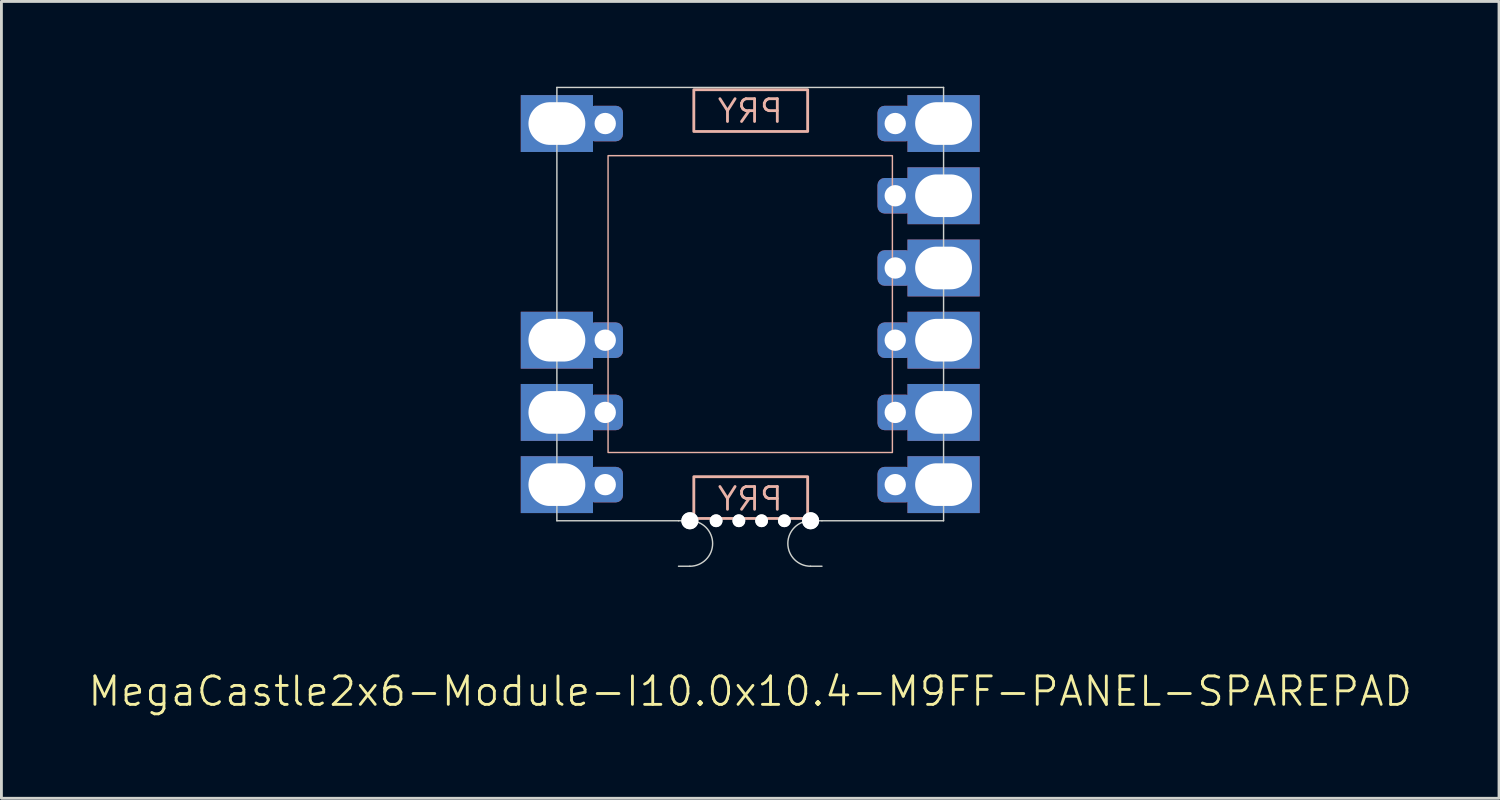
<source format=kicad_pcb>
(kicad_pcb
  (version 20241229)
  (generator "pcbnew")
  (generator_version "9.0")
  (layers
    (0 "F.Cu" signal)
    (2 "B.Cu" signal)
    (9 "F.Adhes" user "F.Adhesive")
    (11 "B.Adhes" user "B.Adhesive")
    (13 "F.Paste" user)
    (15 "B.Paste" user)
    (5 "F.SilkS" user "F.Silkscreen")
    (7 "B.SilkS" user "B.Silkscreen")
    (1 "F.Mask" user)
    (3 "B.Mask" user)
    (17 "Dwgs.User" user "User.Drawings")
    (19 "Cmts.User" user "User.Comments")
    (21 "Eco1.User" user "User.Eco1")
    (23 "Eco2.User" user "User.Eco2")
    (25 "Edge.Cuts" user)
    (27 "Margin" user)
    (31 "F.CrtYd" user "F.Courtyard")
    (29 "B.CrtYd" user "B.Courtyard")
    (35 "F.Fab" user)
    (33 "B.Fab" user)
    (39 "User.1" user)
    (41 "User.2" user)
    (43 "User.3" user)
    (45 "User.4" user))
  (footprint "MegaCastle2x6-Module-I10.0x10.4-M9FF-PANEL-SPAREPAD"
    (layer "F.Cu")
    (at 23.336 7.645)
    (property "Reference" "MegaCastle2x6-Module-I10.0x10.4-M9FF-PANEL-SPAREPAD" (at 0 13.62 0) (unlocked yes) (layer "F.SilkS") (effects (font (size 1 1) (thickness 0.1))))
    (attr smd)
    (fp_rect (start -5 5.22) (end 5 -5.22) (stroke (width 0.05) (type default)) (fill no) (layer "B.SilkS"))
    (fp_rect (start -1.984 -6.071) (end 2.02 -7.54) (stroke (width 0.1) (type default)) (fill no) (layer "B.SilkS"))
    (fp_rect (start -1.984 6.071) (end 2.02 7.54) (stroke (width 0.1) (type default)) (fill no) (layer "B.SilkS"))
    (fp_line (start -6.8 -7.62) (end -6.8 7.62) (stroke (width 0.05) (type default)) (layer "Edge.Cuts"))
    (fp_line (start -6.8 -7.62) (end 6.8 -7.62) (stroke (width 0.05) (type default)) (layer "Edge.Cuts"))
    (fp_line (start -6.8 7.62) (end -2.522 7.62) (stroke (width 0.05) (type default)) (layer "Edge.Cuts"))
    (fp_line (start -2.522 7.62) (end -2.123 7.62) (stroke (width 0.05) (type default)) (layer "Edge.Cuts"))
    (fp_line (start -2.522 9.22) (end -2.123 9.22) (stroke (width 0.05) (type default)) (layer "Edge.Cuts"))
    (fp_line (start 2.522 7.62) (end 2.123 7.62) (stroke (width 0.05) (type default)) (layer "Edge.Cuts"))
    (fp_line (start 2.522 7.62) (end 6.8 7.62) (stroke (width 0.05) (type default)) (layer "Edge.Cuts"))
    (fp_line (start 2.522 9.22) (end 2.123 9.22) (stroke (width 0.05) (type default)) (layer "Edge.Cuts"))
    (fp_line (start 6.8 -7.62) (end 6.8 7.62) (stroke (width 0.05) (type default)) (layer "Edge.Cuts"))
    (fp_arc (start -2.1225 7.62) (mid -1.3225 8.42) (end -2.1225 9.22) (stroke (width 0.05) (type default)) (layer "Edge.Cuts"))
    (fp_arc (start 2.1225 9.22) (mid 1.3225 8.42) (end 2.1225 7.62) (stroke (width 0.05) (type default)) (layer "Edge.Cuts"))
    (fp_text user "PRY" (at 0 -6.32 0) (unlocked yes) (layer "B.SilkS") (effects (font (size 0.8 0.8) (thickness 0.1)) (justify bottom mirror)))
    (fp_text user "PRY" (at 0 7.32 0) (unlocked yes) (layer "B.SilkS") (effects (font (size 0.8 0.8) (thickness 0.1)) (justify bottom mirror)))
    (pad "" np_thru_hole circle (at -2.123 7.62) (size 0.6 0.6) (drill 0.6) (layers "*.Cu" "Edge.Cuts"))
    (pad "" np_thru_hole circle (at -1.2 7.62) (size 0.45 0.45) (drill 0.45) (layers "*.Cu" "Edge.Cuts"))
    (pad "" np_thru_hole circle (at -0.4 7.62) (size 0.45 0.45) (drill 0.45) (layers "*.Cu" "Edge.Cuts"))
    (pad "" np_thru_hole circle (at 0.4 7.62) (size 0.45 0.45) (drill 0.45) (layers "*.Cu" "Edge.Cuts"))
    (pad "" np_thru_hole circle (at 1.2 7.62) (size 0.45 0.45) (drill 0.45) (layers "*.Cu" "Edge.Cuts"))
    (pad "" np_thru_hole circle (at 2.123 7.62) (size 0.6 0.6) (drill 0.6) (layers "*.Cu" "Edge.Cuts"))
    (pad "1" thru_hole rect (at -6.8 -6.35) (size 2.54 2) (drill oval 2 1.5) (property pad_prop_castellated) (layers "*.Cu" "*.Mask"))
    (pad "1" thru_hole roundrect (at -5.1 -6.35 180) (size 1.25 1.25) (drill 0.75) (layers "*.Cu" "*.Mask") (roundrect_rratio 0.2))
    (pad "4" thru_hole rect (at -6.8 1.27) (size 2.54 2) (drill oval 2 1.5) (property pad_prop_castellated) (layers "*.Cu" "*.Mask"))
    (pad "4" thru_hole roundrect (at -5.1 1.27 180) (size 1.25 1.25) (drill 0.75) (layers "*.Cu" "*.Mask") (roundrect_rratio 0.2))
    (pad "5" thru_hole rect (at -6.8 3.81) (size 2.54 2) (drill oval 2 1.5) (property pad_prop_castellated) (layers "*.Cu" "*.Mask"))
    (pad "5" thru_hole roundrect (at -5.1 3.81 180) (size 1.25 1.25) (drill 0.75) (layers "*.Cu" "*.Mask") (roundrect_rratio 0.2))
    (pad "6" thru_hole rect (at -6.8 6.35) (size 2.54 2) (drill oval 2 1.5) (property pad_prop_castellated) (layers "*.Cu" "*.Mask"))
    (pad "6" thru_hole roundrect (at -5.1 6.35 180) (size 1.25 1.25) (drill 0.75) (layers "*.Cu" "*.Mask") (roundrect_rratio 0.2))
    (pad "7" thru_hole roundrect (at 5.1 -6.35 180) (size 1.25 1.25) (drill 0.75) (layers "*.Cu" "*.Mask") (roundrect_rratio 0.2))
    (pad "7" thru_hole rect (at 6.8 -6.35) (size 2.54 2) (drill oval 2 1.5) (property pad_prop_castellated) (layers "*.Cu" "*.Mask"))
    (pad "8" thru_hole roundrect (at 5.1 -3.81 180) (size 1.25 1.25) (drill 0.75) (layers "*.Cu" "*.Mask") (roundrect_rratio 0.2))
    (pad "8" thru_hole rect (at 6.8 -3.81) (size 2.54 2) (drill oval 2 1.5) (property pad_prop_castellated) (layers "*.Cu" "*.Mask"))
    (pad "9" thru_hole roundrect (at 5.1 -1.27 180) (size 1.25 1.25) (drill 0.75) (layers "*.Cu" "*.Mask") (roundrect_rratio 0.2))
    (pad "9" thru_hole rect (at 6.8 -1.27) (size 2.54 2) (drill oval 2 1.5) (property pad_prop_castellated) (layers "*.Cu" "*.Mask"))
    (pad "10" thru_hole roundrect (at 5.1 1.27 180) (size 1.25 1.25) (drill 0.75) (layers "*.Cu" "*.Mask") (roundrect_rratio 0.2))
    (pad "10" thru_hole rect (at 6.8 1.27) (size 2.54 2) (drill oval 2 1.5) (property pad_prop_castellated) (layers "*.Cu" "*.Mask"))
    (pad "11" thru_hole roundrect (at 5.1 3.81 180) (size 1.25 1.25) (drill 0.75) (layers "*.Cu" "*.Mask") (roundrect_rratio 0.2))
    (pad "11" thru_hole rect (at 6.8 3.81) (size 2.54 2) (drill oval 2 1.5) (property pad_prop_castellated) (layers "*.Cu" "*.Mask"))
    (pad "12" thru_hole roundrect (at 5.1 6.35 180) (size 1.25 1.25) (drill 0.75) (layers "*.Cu" "*.Mask") (roundrect_rratio 0.2))
    (pad "12" thru_hole rect (at 6.8 6.35) (size 2.54 2) (drill oval 2 1.5) (property pad_prop_castellated) (layers "*.Cu" "*.Mask"))
    (zone (net_name "") (layer "B.Cu") (hatch edge 0.5) (connect_pads) (min_thickness 0.25) (filled_areas_thickness no) (keepout (tracks allowed) (vias allowed) (pads allowed) (copperpour allowed) (footprints not_allowed)) (placement (enabled no)) (fill) (polygon (pts (xy 16.536 15.265) (xy 16.536 0.025) (xy 18.336 0.025) (xy 18.336 15.265))))
    (zone (net_name "") (layer "B.Cu") (hatch edge 0.5) (connect_pads) (min_thickness 0.25) (filled_areas_thickness no) (keepout (tracks allowed) (vias allowed) (pads allowed) (copperpour allowed) (footprints not_allowed)) (placement (enabled no)) (fill) (polygon (pts (xy 18.336 0.025) (xy 18.336 2.425) (xy 28.336 2.425) (xy 28.336 0.025))))
    (zone (net_name "") (layer "B.Cu") (hatch edge 0.5) (connect_pads) (min_thickness 0.25) (filled_areas_thickness no) (keepout (tracks allowed) (vias allowed) (pads allowed) (copperpour allowed) (footprints not_allowed)) (placement (enabled no)) (fill) (polygon (pts (xy 18.336 15.265) (xy 18.336 12.865) (xy 28.336 12.865) (xy 28.336 15.265))))
    (zone (net_name "") (layer "B.Cu") (name "Upper Pry Zone") (hatch edge 0.5) (connect_pads) (min_thickness 0.25) (filled_areas_thickness no) (keepout (tracks not_allowed) (vias not_allowed) (pads not_allowed) (copperpour allowed) (footprints not_allowed)) (placement (enabled no)) (fill) (polygon (pts (xy 21.351 1.574) (xy 21.351 0.105) (xy 25.355 0.105) (xy 25.355 1.574))))
    (zone (net_name "") (layer "B.Cu") (name "Upper Pry Zone") (hatch edge 0.5) (connect_pads) (min_thickness 0.25) (filled_areas_thickness no) (keepout (tracks not_allowed) (vias not_allowed) (pads not_allowed) (copperpour allowed) (footprints not_allowed)) (placement (enabled no)) (fill) (polygon (pts (xy 21.351 13.716) (xy 21.351 15.185) (xy 25.355 15.185) (xy 25.355 13.716))))
    (zone (net_name "") (layer "B.Cu") (hatch edge 0.5) (connect_pads) (min_thickness 0.25) (filled_areas_thickness no) (keepout (tracks allowed) (vias allowed) (pads allowed) (copperpour allowed) (footprints not_allowed)) (placement (enabled no)) (fill) (polygon (pts (xy 30.136 15.265) (xy 30.136 0.025) (xy 28.336 0.025) (xy 28.336 15.265)))))
  (gr_rect
    (start -3 -3)
    (end 49.671 25.026)
    (stroke (width 0.1) (type default))
    (fill no)
    (layer "Edge.Cuts")))
</source>
